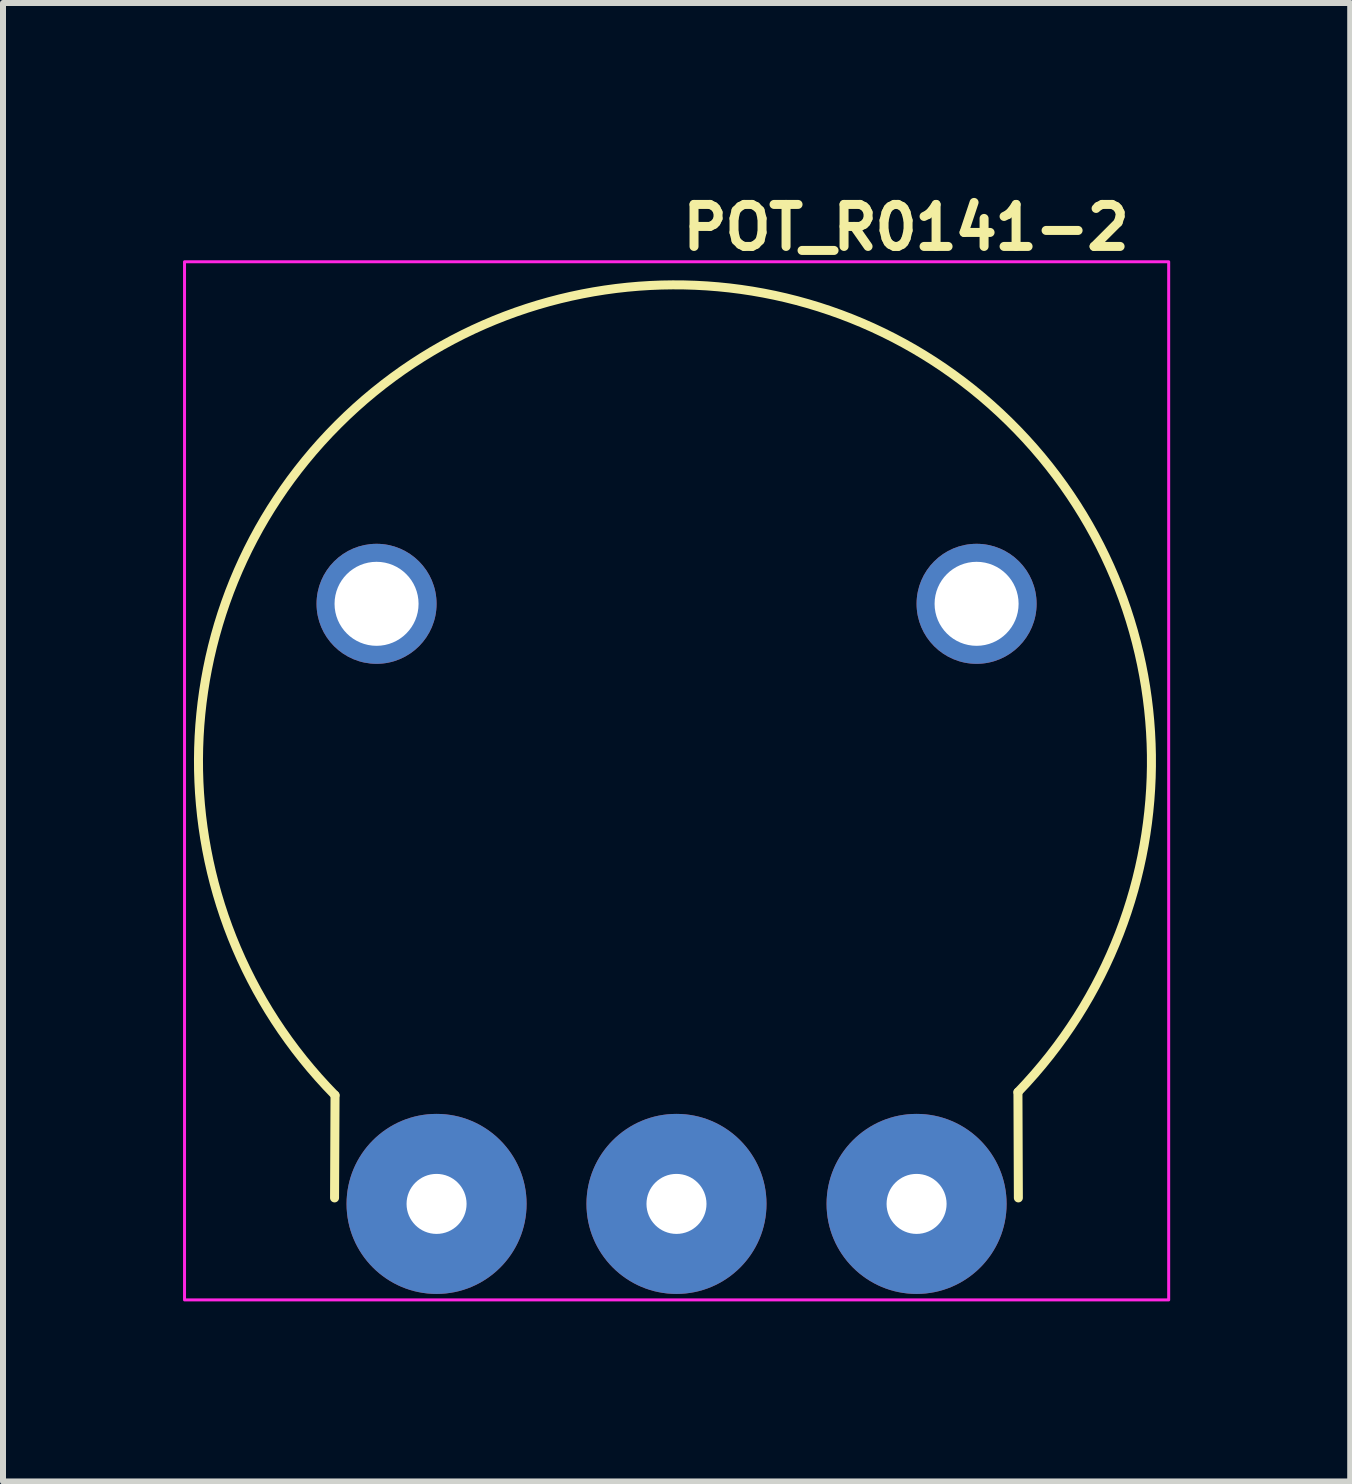
<source format=kicad_pcb>
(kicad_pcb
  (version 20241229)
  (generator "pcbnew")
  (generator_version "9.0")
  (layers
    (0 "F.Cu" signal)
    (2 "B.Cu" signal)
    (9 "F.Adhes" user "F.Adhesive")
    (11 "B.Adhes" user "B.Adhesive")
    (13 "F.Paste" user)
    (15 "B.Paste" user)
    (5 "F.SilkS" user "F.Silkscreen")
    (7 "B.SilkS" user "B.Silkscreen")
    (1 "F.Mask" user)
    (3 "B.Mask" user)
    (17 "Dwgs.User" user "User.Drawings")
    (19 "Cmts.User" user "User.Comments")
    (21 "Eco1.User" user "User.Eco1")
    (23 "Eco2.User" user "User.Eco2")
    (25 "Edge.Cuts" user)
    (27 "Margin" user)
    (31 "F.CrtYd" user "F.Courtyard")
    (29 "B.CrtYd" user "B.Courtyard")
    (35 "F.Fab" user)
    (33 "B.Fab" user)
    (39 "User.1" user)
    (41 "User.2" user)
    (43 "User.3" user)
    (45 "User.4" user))
  (footprint "POT_R0141-2"
    (layer "F.Cu")
    (at 4.225 17.012)
    (property "Reference" "POT_R0141-2" (at 4.025 -15.862 0) (unlocked yes) (layer "F.SilkS") (effects (font (size 0.7 0.7) (thickness 0.15)) (justify left bottom)))
    (attr through_hole)
    (fp_line (start -1.7 -0.1) (end -1.692 -1.811) (stroke (width 0.15) (type solid)) (layer "F.SilkS"))
    (fp_line (start 9.695 -0.1) (end 9.688 -1.863) (stroke (width 0.15) (type solid)) (layer "F.SilkS"))
    (fp_arc (start -1.692 -1.811) (mid 3.938 -15.315) (end 9.688 -1.863) (stroke (width 0.15) (type solid)) (layer "F.SilkS"))
    (fp_rect (start -4.2 -15.7) (end 12.2 1.6) (stroke (width 0.05) (type solid)) (fill no) (layer "F.CrtYd"))
    (fp_rect (start -4 -15.497) (end 11.999 0.496) (stroke (width 0.1) (type solid)) (fill no) (layer "User.5"))
    (fp_line (start -4 -7.54) (end -4 -7.508) (stroke (width 0.02) (type solid)) (layer "User.9"))
    (fp_line (start -4 -7.508) (end -4 -7.478) (stroke (width 0.02) (type solid)) (layer "User.9"))
    (fp_line (start -4 -7.478) (end -3.759 -7.223) (stroke (width 0.02) (type solid)) (layer "User.9"))
    (fp_line (start -3.984 -6.981) (end -3.981 -6.951) (stroke (width 0.02) (type solid)) (layer "User.9"))
    (fp_line (start -3.983 -8.035) (end -3.761 -7.766) (stroke (width 0.02) (type solid)) (layer "User.9"))
    (fp_line (start -3.981 -6.951) (end -3.98 -6.92) (stroke (width 0.02) (type solid)) (layer "User.9"))
    (fp_line (start -3.98 -8.067) (end -3.983 -8.035) (stroke (width 0.02) (type solid)) (layer "User.9"))
    (fp_line (start -3.98 -6.92) (end -3.722 -6.683) (stroke (width 0.02) (type solid)) (layer "User.9"))
    (fp_line (start -3.979 -8.097) (end -3.98 -8.067) (stroke (width 0.02) (type solid)) (layer "User.9"))
    (fp_line (start -3.928 -6.425) (end -3.924 -6.396) (stroke (width 0.02) (type solid)) (layer "User.9"))
    (fp_line (start -3.927 -8.591) (end -3.723 -8.305) (stroke (width 0.02) (type solid)) (layer "User.9"))
    (fp_line (start -3.924 -6.396) (end -3.919 -6.364) (stroke (width 0.02) (type solid)) (layer "User.9"))
    (fp_line (start -3.922 -8.622) (end -3.927 -8.591) (stroke (width 0.02) (type solid)) (layer "User.9"))
    (fp_line (start -3.919 -6.364) (end -3.645 -6.146) (stroke (width 0.02) (type solid)) (layer "User.9"))
    (fp_line (start -3.918 -8.653) (end -3.922 -8.622) (stroke (width 0.02) (type solid)) (layer "User.9"))
    (fp_line (start -3.834 -5.875) (end -3.827 -5.845) (stroke (width 0.02) (type solid)) (layer "User.9"))
    (fp_line (start -3.83 -9.141) (end -3.648 -8.843) (stroke (width 0.02) (type solid)) (layer "User.9"))
    (fp_line (start -3.827 -5.845) (end -3.822 -5.814) (stroke (width 0.02) (type solid)) (layer "User.9"))
    (fp_line (start -3.825 -9.171) (end -3.83 -9.141) (stroke (width 0.02) (type solid)) (layer "User.9"))
    (fp_line (start -3.822 -5.814) (end -3.532 -5.617) (stroke (width 0.02) (type solid)) (layer "User.9"))
    (fp_line (start -3.818 -9.202) (end -3.825 -9.171) (stroke (width 0.02) (type solid)) (layer "User.9"))
    (fp_line (start -3.761 -7.766) (end -4 -7.54) (stroke (width 0.02) (type solid)) (layer "User.9"))
    (fp_line (start -3.759 -7.223) (end -3.984 -6.981) (stroke (width 0.02) (type solid)) (layer "User.9"))
    (fp_line (start -3.723 -8.305) (end -3.979 -8.097) (stroke (width 0.02) (type solid)) (layer "User.9"))
    (fp_line (start -3.722 -6.683) (end -3.928 -6.425) (stroke (width 0.02) (type solid)) (layer "User.9"))
    (fp_line (start -3.701 -5.334) (end -3.693 -5.303) (stroke (width 0.02) (type solid)) (layer "User.9"))
    (fp_line (start -3.697 -9.683) (end -3.536 -9.372) (stroke (width 0.02) (type solid)) (layer "User.9"))
    (fp_line (start -3.693 -5.303) (end -3.685 -5.273) (stroke (width 0.02) (type solid)) (layer "User.9"))
    (fp_line (start -3.689 -9.714) (end -3.697 -9.683) (stroke (width 0.02) (type solid)) (layer "User.9"))
    (fp_line (start -3.685 -5.273) (end -3.383 -5.095) (stroke (width 0.02) (type solid)) (layer "User.9"))
    (fp_line (start -3.681 -9.744) (end -3.689 -9.714) (stroke (width 0.02) (type solid)) (layer "User.9"))
    (fp_line (start -3.648 -8.843) (end -3.918 -8.653) (stroke (width 0.02) (type solid)) (layer "User.9"))
    (fp_line (start -3.645 -6.146) (end -3.834 -5.875) (stroke (width 0.02) (type solid)) (layer "User.9"))
    (fp_line (start -3.536 -9.372) (end -3.818 -9.202) (stroke (width 0.02) (type solid)) (layer "User.9"))
    (fp_line (start -3.532 -5.617) (end -3.701 -5.334) (stroke (width 0.02) (type solid)) (layer "User.9"))
    (fp_line (start -3.532 -4.802) (end -3.521 -4.771) (stroke (width 0.02) (type solid)) (layer "User.9"))
    (fp_line (start -3.527 -10.215) (end -3.387 -9.894) (stroke (width 0.02) (type solid)) (layer "User.9"))
    (fp_line (start -3.521 -4.771) (end -3.511 -4.742) (stroke (width 0.02) (type solid)) (layer "User.9"))
    (fp_line (start -3.516 -10.244) (end -3.527 -10.215) (stroke (width 0.02) (type solid)) (layer "User.9"))
    (fp_line (start -3.511 -4.742) (end -3.197 -4.587) (stroke (width 0.02) (type solid)) (layer "User.9"))
    (fp_line (start -3.504 -10.273) (end -3.516 -10.244) (stroke (width 0.02) (type solid)) (layer "User.9"))
    (fp_line (start -3.387 -9.894) (end -3.681 -9.744) (stroke (width 0.02) (type solid)) (layer "User.9"))
    (fp_line (start -3.383 -5.095) (end -3.532 -4.802) (stroke (width 0.02) (type solid)) (layer "User.9"))
    (fp_line (start -3.326 -4.282) (end -3.313 -4.254) (stroke (width 0.02) (type solid)) (layer "User.9"))
    (fp_line (start -3.318 -10.734) (end -3.202 -10.404) (stroke (width 0.02) (type solid)) (layer "User.9"))
    (fp_line (start -3.313 -4.254) (end -3.299 -4.225) (stroke (width 0.02) (type solid)) (layer "User.9"))
    (fp_line (start -3.306 -10.762) (end -3.318 -10.734) (stroke (width 0.02) (type solid)) (layer "User.9"))
    (fp_line (start -3.299 -4.225) (end -2.976 -4.092) (stroke (width 0.02) (type solid)) (layer "User.9"))
    (fp_line (start -3.294 -10.791) (end -3.306 -10.762) (stroke (width 0.02) (type solid)) (layer "User.9"))
    (fp_line (start -3.202 -10.404) (end -3.504 -10.273) (stroke (width 0.02) (type solid)) (layer "User.9"))
    (fp_line (start -3.197 -4.587) (end -3.326 -4.282) (stroke (width 0.02) (type solid)) (layer "User.9"))
    (fp_line (start -3.082 -3.779) (end -3.068 -3.751) (stroke (width 0.02) (type solid)) (layer "User.9"))
    (fp_line (start -3.076 -11.235) (end -2.981 -10.898) (stroke (width 0.02) (type solid)) (layer "User.9"))
    (fp_line (start -3.068 -3.751) (end -3.053 -3.725) (stroke (width 0.02) (type solid)) (layer "User.9"))
    (fp_line (start -3.06 -11.263) (end -3.076 -11.235) (stroke (width 0.02) (type solid)) (layer "User.9"))
    (fp_line (start -3.053 -3.725) (end -2.722 -3.613) (stroke (width 0.02) (type solid)) (layer "User.9"))
    (fp_line (start -3.045 -11.291) (end -3.06 -11.263) (stroke (width 0.02) (type solid)) (layer "User.9"))
    (fp_line (start -2.981 -10.898) (end -3.294 -10.791) (stroke (width 0.02) (type solid)) (layer "User.9"))
    (fp_line (start -2.976 -4.092) (end -3.082 -3.779) (stroke (width 0.02) (type solid)) (layer "User.9"))
    (fp_line (start -2.806 -3.294) (end -2.79 -3.267) (stroke (width 0.02) (type solid)) (layer "User.9"))
    (fp_line (start -2.798 -11.721) (end -2.727 -11.378) (stroke (width 0.02) (type solid)) (layer "User.9"))
    (fp_line (start -2.79 -3.267) (end -2.774 -3.242) (stroke (width 0.02) (type solid)) (layer "User.9"))
    (fp_line (start -2.781 -11.747) (end -2.798 -11.721) (stroke (width 0.02) (type solid)) (layer "User.9"))
    (fp_line (start -2.774 -3.242) (end -2.435 -3.153) (stroke (width 0.02) (type solid)) (layer "User.9"))
    (fp_line (start -2.765 -11.772) (end -2.781 -11.747) (stroke (width 0.02) (type solid)) (layer "User.9"))
    (fp_line (start -2.727 -11.378) (end -3.045 -11.291) (stroke (width 0.02) (type solid)) (layer "User.9"))
    (fp_line (start -2.722 -3.613) (end -2.806 -3.294) (stroke (width 0.02) (type solid)) (layer "User.9"))
    (fp_line (start -2.496 -2.83) (end -2.477 -2.805) (stroke (width 0.02) (type solid)) (layer "User.9"))
    (fp_line (start -2.487 -12.185) (end -2.44 -11.837) (stroke (width 0.02) (type solid)) (layer "User.9"))
    (fp_line (start -2.477 -2.805) (end -2.46 -2.779) (stroke (width 0.02) (type solid)) (layer "User.9"))
    (fp_line (start -2.468 -12.209) (end -2.487 -12.185) (stroke (width 0.02) (type solid)) (layer "User.9"))
    (fp_line (start -2.46 -2.779) (end -2.116 -2.715) (stroke (width 0.02) (type solid)) (layer "User.9"))
    (fp_line (start -2.449 -12.234) (end -2.468 -12.209) (stroke (width 0.02) (type solid)) (layer "User.9"))
    (fp_line (start -2.44 -11.837) (end -2.765 -11.772) (stroke (width 0.02) (type solid)) (layer "User.9"))
    (fp_line (start -2.435 -3.153) (end -2.496 -2.83) (stroke (width 0.02) (type solid)) (layer "User.9"))
    (fp_line (start -2.25 -7.5) (end -2.25 -7.5) (stroke (width 0.02) (type solid)) (layer "User.9"))
    (fp_line (start -2.25 -7.5) (end -2.242 -7.178) (stroke (width 0.02) (type solid)) (layer "User.9"))
    (fp_line (start -2.242 -7.821) (end -2.25 -7.5) (stroke (width 0.02) (type solid)) (layer "User.9"))
    (fp_line (start -2.242 -7.178) (end -2.218 -6.861) (stroke (width 0.02) (type solid)) (layer "User.9"))
    (fp_line (start -2.218 -8.139) (end -2.242 -7.821) (stroke (width 0.02) (type solid)) (layer "User.9"))
    (fp_line (start -2.218 -6.861) (end -2.178 -6.548) (stroke (width 0.02) (type solid)) (layer "User.9"))
    (fp_line (start -2.178 -8.452) (end -2.218 -8.139) (stroke (width 0.02) (type solid)) (layer "User.9"))
    (fp_line (start -2.178 -6.548) (end -2.124 -6.241) (stroke (width 0.02) (type solid)) (layer "User.9"))
    (fp_line (start -2.154 -2.388) (end -2.134 -2.364) (stroke (width 0.02) (type solid)) (layer "User.9"))
    (fp_line (start -2.144 -12.625) (end -2.122 -12.276) (stroke (width 0.02) (type solid)) (layer "User.9"))
    (fp_line (start -2.134 -2.364) (end -2.114 -2.34) (stroke (width 0.02) (type solid)) (layer "User.9"))
    (fp_line (start -2.124 -12.648) (end -2.144 -12.625) (stroke (width 0.02) (type solid)) (layer "User.9"))
    (fp_line (start -2.124 -8.76) (end -2.178 -8.452) (stroke (width 0.02) (type solid)) (layer "User.9"))
    (fp_line (start -2.124 -6.241) (end -2.054 -5.938) (stroke (width 0.02) (type solid)) (layer "User.9"))
    (fp_line (start -2.122 -12.276) (end -2.449 -12.234) (stroke (width 0.02) (type solid)) (layer "User.9"))
    (fp_line (start -2.116 -2.715) (end -2.154 -2.388) (stroke (width 0.02) (type solid)) (layer "User.9"))
    (fp_line (start -2.114 -2.34) (end -1.766 -2.301) (stroke (width 0.02) (type solid)) (layer "User.9"))
    (fp_line (start -2.104 -12.673) (end -2.124 -12.648) (stroke (width 0.02) (type solid)) (layer "User.9"))
    (fp_line (start -2.054 -9.062) (end -2.124 -8.76) (stroke (width 0.02) (type solid)) (layer "User.9"))
    (fp_line (start -2.054 -5.938) (end -1.97 -5.641) (stroke (width 0.02) (type solid)) (layer "User.9"))
    (fp_line (start -1.97 -9.359) (end -2.054 -9.062) (stroke (width 0.02) (type solid)) (layer "User.9"))
    (fp_line (start -1.97 -5.641) (end -1.871 -5.351) (stroke (width 0.02) (type solid)) (layer "User.9"))
    (fp_line (start -1.871 -9.65) (end -1.97 -9.359) (stroke (width 0.02) (type solid)) (layer "User.9"))
    (fp_line (start -1.871 -5.351) (end -1.76 -5.068) (stroke (width 0.02) (type solid)) (layer "User.9"))
    (fp_line (start -1.782 -1.972) (end -1.762 -1.948) (stroke (width 0.02) (type solid)) (layer "User.9"))
    (fp_line (start -1.774 -12.69) (end -2.104 -12.673) (stroke (width 0.02) (type solid)) (layer "User.9"))
    (fp_line (start -1.772 -13.042) (end -1.774 -12.69) (stroke (width 0.02) (type solid)) (layer "User.9"))
    (fp_line (start -1.766 -2.301) (end -1.782 -1.972) (stroke (width 0.02) (type solid)) (layer "User.9"))
    (fp_line (start -1.762 -1.948) (end -1.74 -1.926) (stroke (width 0.02) (type solid)) (layer "User.9"))
    (fp_line (start -1.76 -9.933) (end -1.871 -9.65) (stroke (width 0.02) (type solid)) (layer "User.9"))
    (fp_line (start -1.76 -5.068) (end -1.635 -4.79) (stroke (width 0.02) (type solid)) (layer "User.9"))
    (fp_line (start -1.75 -13.064) (end -1.772 -13.042) (stroke (width 0.02) (type solid)) (layer "User.9"))
    (fp_line (start -1.74 -1.926) (end -1.389 -1.911) (stroke (width 0.02) (type solid)) (layer "User.9"))
    (fp_line (start -1.728 -13.086) (end -1.75 -13.064) (stroke (width 0.02) (type solid)) (layer "User.9"))
    (fp_line (start -1.635 -10.209) (end -1.76 -9.933) (stroke (width 0.02) (type solid)) (layer "User.9"))
    (fp_line (start -1.635 -4.79) (end -1.496 -4.521) (stroke (width 0.02) (type solid)) (layer "User.9"))
    (fp_line (start -1.496 -10.48) (end -1.635 -10.209) (stroke (width 0.02) (type solid)) (layer "User.9"))
    (fp_line (start -1.496 -4.521) (end -1.347 -4.26) (stroke (width 0.02) (type solid)) (layer "User.9"))
    (fp_line (start -1.399 -13.081) (end -1.728 -13.086) (stroke (width 0.02) (type solid)) (layer "User.9"))
    (fp_line (start -1.389 -1.911) (end -1.383 -1.581) (stroke (width 0.02) (type solid)) (layer "User.9"))
    (fp_line (start -1.383 -1.581) (end -1.361 -1.561) (stroke (width 0.02) (type solid)) (layer "User.9"))
    (fp_line (start -1.371 -13.43) (end -1.399 -13.081) (stroke (width 0.02) (type solid)) (layer "User.9"))
    (fp_line (start -1.361 -1.561) (end -1.337 -1.539) (stroke (width 0.02) (type solid)) (layer "User.9"))
    (fp_line (start -1.347 -13.451) (end -1.371 -13.43) (stroke (width 0.02) (type solid)) (layer "User.9"))
    (fp_line (start -1.347 -10.741) (end -1.496 -10.48) (stroke (width 0.02) (type solid)) (layer "User.9"))
    (fp_line (start -1.347 -4.26) (end -1.184 -4.005) (stroke (width 0.02) (type solid)) (layer "User.9"))
    (fp_line (start -1.337 -1.539) (end -0.986 -1.549) (stroke (width 0.02) (type solid)) (layer "User.9"))
    (fp_line (start -1.325 -13.471) (end -1.347 -13.451) (stroke (width 0.02) (type solid)) (layer "User.9"))
    (fp_line (start -1.184 -10.994) (end -1.347 -10.741) (stroke (width 0.02) (type solid)) (layer "User.9"))
    (fp_line (start -1.184 -4.005) (end -1.01 -3.761) (stroke (width 0.02) (type solid)) (layer "User.9"))
    (fp_line (start -1.01 -11.24) (end -1.184 -10.994) (stroke (width 0.02) (type solid)) (layer "User.9"))
    (fp_line (start -1.01 -3.761) (end -0.824 -3.524) (stroke (width 0.02) (type solid)) (layer "User.9"))
    (fp_line (start -1 -1.549) (end -1 0) (stroke (width 0.02) (type solid)) (layer "User.9"))
    (fp_line (start -1 0) (end 1.445 0) (stroke (width 0.02) (type solid)) (layer "User.9"))
    (fp_line (start -0.996 -13.445) (end -1.325 -13.471) (stroke (width 0.02) (type solid)) (layer "User.9"))
    (fp_line (start -0.986 -1.549) (end -0.958 -1.22) (stroke (width 0.02) (type solid)) (layer "User.9"))
    (fp_line (start -0.958 -1.22) (end -0.933 -1.202) (stroke (width 0.02) (type solid)) (layer "User.9"))
    (fp_line (start -0.945 -13.791) (end -0.996 -13.445) (stroke (width 0.02) (type solid)) (layer "User.9"))
    (fp_line (start -0.933 -1.202) (end -0.909 -1.182) (stroke (width 0.02) (type solid)) (layer "User.9"))
    (fp_line (start -0.92 -13.81) (end -0.945 -13.791) (stroke (width 0.02) (type solid)) (layer "User.9"))
    (fp_line (start -0.909 -1.182) (end -0.56 -1.216) (stroke (width 0.02) (type solid)) (layer "User.9"))
    (fp_line (start -0.895 -13.828) (end -0.92 -13.81) (stroke (width 0.02) (type solid)) (layer "User.9"))
    (fp_line (start -0.824 -11.475) (end -1.01 -11.24) (stroke (width 0.02) (type solid)) (layer "User.9"))
    (fp_line (start -0.824 -3.524) (end -0.627 -3.298) (stroke (width 0.02) (type solid)) (layer "User.9"))
    (fp_line (start -0.627 -11.702) (end -0.824 -11.475) (stroke (width 0.02) (type solid)) (layer "User.9"))
    (fp_line (start -0.627 -3.298) (end -0.42 -3.081) (stroke (width 0.02) (type solid)) (layer "User.9"))
    (fp_line (start -0.57 -13.778) (end -0.895 -13.828) (stroke (width 0.02) (type solid)) (layer "User.9"))
    (fp_line (start -0.56 -1.216) (end -0.507 -0.89) (stroke (width 0.02) (type solid)) (layer "User.9"))
    (fp_line (start -0.519 0) (end -0.519 0.1) (stroke (width 0.02) (type solid)) (layer "User.9"))
    (fp_line (start -0.519 0.1) (end -0.519 0.119) (stroke (width 0.02) (type solid)) (layer "User.9"))
    (fp_line (start -0.519 0.119) (end -0.517 0.14) (stroke (width 0.02) (type solid)) (layer "User.9"))
    (fp_line (start -0.517 0.14) (end -0.515 0.158) (stroke (width 0.02) (type solid)) (layer "User.9"))
    (fp_line (start -0.515 0.158) (end -0.511 0.176) (stroke (width 0.02) (type solid)) (layer "User.9"))
    (fp_line (start -0.511 0.176) (end -0.506 0.195) (stroke (width 0.02) (type solid)) (layer "User.9"))
    (fp_line (start -0.507 -0.89) (end -0.481 -0.872) (stroke (width 0.02) (type solid)) (layer "User.9"))
    (fp_line (start -0.506 0.195) (end -0.501 0.21) (stroke (width 0.02) (type solid)) (layer "User.9"))
    (fp_line (start -0.501 0.21) (end -0.495 0.227) (stroke (width 0.02) (type solid)) (layer "User.9"))
    (fp_line (start -0.495 0.227) (end -0.489 0.24) (stroke (width 0.02) (type solid)) (layer "User.9"))
    (fp_line (start -0.493 -14.119) (end -0.57 -13.778) (stroke (width 0.02) (type solid)) (layer "User.9"))
    (fp_line (start -0.489 0.24) (end -0.481 0.253) (stroke (width 0.02) (type solid)) (layer "User.9"))
    (fp_line (start -0.481 -0.872) (end -0.456 -0.855) (stroke (width 0.02) (type solid)) (layer "User.9"))
    (fp_line (start -0.481 0.253) (end -0.475 0.266) (stroke (width 0.02) (type solid)) (layer "User.9"))
    (fp_line (start -0.475 0.266) (end -0.466 0.276) (stroke (width 0.02) (type solid)) (layer "User.9"))
    (fp_line (start -0.468 -14.138) (end -0.493 -14.119) (stroke (width 0.02) (type solid)) (layer "User.9"))
    (fp_line (start -0.466 0.276) (end -0.458 0.285) (stroke (width 0.02) (type solid)) (layer "User.9"))
    (fp_line (start -0.458 0.285) (end -0.453 0.288) (stroke (width 0.02) (type solid)) (layer "User.9"))
    (fp_line (start -0.456 -0.855) (end -0.11 -0.913) (stroke (width 0.02) (type solid)) (layer "User.9"))
    (fp_line (start -0.453 0.288) (end -0.447 0.291) (stroke (width 0.02) (type solid)) (layer "User.9"))
    (fp_line (start -0.447 0.291) (end -0.443 0.294) (stroke (width 0.02) (type solid)) (layer "User.9"))
    (fp_line (start -0.443 0.294) (end -0.438 0.296) (stroke (width 0.02) (type solid)) (layer "User.9"))
    (fp_line (start -0.441 -14.154) (end -0.468 -14.138) (stroke (width 0.02) (type solid)) (layer "User.9"))
    (fp_line (start -0.438 0.296) (end -0.433 0.297) (stroke (width 0.02) (type solid)) (layer "User.9"))
    (fp_line (start -0.433 0.297) (end -0.428 0.299) (stroke (width 0.02) (type solid)) (layer "User.9"))
    (fp_line (start -0.428 0.299) (end -0.423 0.299) (stroke (width 0.02) (type solid)) (layer "User.9"))
    (fp_line (start -0.423 0.299) (end -0.418 0.299) (stroke (width 0.02) (type solid)) (layer "User.9"))
    (fp_line (start -0.42 -11.92) (end -0.627 -11.702) (stroke (width 0.02) (type solid)) (layer "User.9"))
    (fp_line (start -0.42 -3.081) (end -0.204 -2.874) (stroke (width 0.02) (type solid)) (layer "User.9"))
    (fp_line (start -0.418 0.299) (end 0.512 0.299) (stroke (width 0.02) (type solid)) (layer "User.9"))
    (fp_line (start -0.204 -12.126) (end -0.42 -11.92) (stroke (width 0.02) (type solid)) (layer "User.9"))
    (fp_line (start -0.204 -2.874) (end 0.024 -2.677) (stroke (width 0.02) (type solid)) (layer "User.9"))
    (fp_line (start -0.12 -14.081) (end -0.441 -14.154) (stroke (width 0.02) (type solid)) (layer "User.9"))
    (fp_line (start -0.11 -0.913) (end -0.036 -0.591) (stroke (width 0.02) (type solid)) (layer "User.9"))
    (fp_line (start -0.036 -0.591) (end -0.008 -0.577) (stroke (width 0.02) (type solid)) (layer "User.9"))
    (fp_line (start -0.02 -14.417) (end -0.12 -14.081) (stroke (width 0.02) (type solid)) (layer "User.9"))
    (fp_line (start -0.008 -0.577) (end 0.018 -0.561) (stroke (width 0.02) (type solid)) (layer "User.9"))
    (fp_line (start 0.007 -14.433) (end -0.02 -14.417) (stroke (width 0.02) (type solid)) (layer "User.9"))
    (fp_line (start 0.018 -0.561) (end 0.359 -0.643) (stroke (width 0.02) (type solid)) (layer "User.9"))
    (fp_line (start 0.024 -12.324) (end -0.204 -12.126) (stroke (width 0.02) (type solid)) (layer "User.9"))
    (fp_line (start 0.024 -2.677) (end 0.26 -2.492) (stroke (width 0.02) (type solid)) (layer "User.9"))
    (fp_line (start 0.034 -14.449) (end 0.007 -14.433) (stroke (width 0.02) (type solid)) (layer "User.9"))
    (fp_line (start 0.26 -12.509) (end 0.024 -12.324) (stroke (width 0.02) (type solid)) (layer "User.9"))
    (fp_line (start 0.26 -2.492) (end 0.504 -2.318) (stroke (width 0.02) (type solid)) (layer "User.9"))
    (fp_line (start 0.344 0.299) (end -0.25 0.299) (stroke (width 0.02) (type solid)) (layer "User.9"))
    (fp_line (start 0.349 -14.353) (end 0.034 -14.449) (stroke (width 0.02) (type solid)) (layer "User.9"))
    (fp_line (start 0.35 0.299) (end 0.344 0.299) (stroke (width 0.02) (type solid)) (layer "User.9"))
    (fp_line (start 0.359 -0.643) (end 0.457 -0.328) (stroke (width 0.02) (type solid)) (layer "User.9"))
    (fp_line (start 0.457 -0.328) (end 0.484 -0.313) (stroke (width 0.02) (type solid)) (layer "User.9"))
    (fp_line (start 0.472 -14.68) (end 0.349 -14.353) (stroke (width 0.02) (type solid)) (layer "User.9"))
    (fp_line (start 0.484 -0.313) (end 0.513 -0.299) (stroke (width 0.02) (type solid)) (layer "User.9"))
    (fp_line (start 0.499 -14.695) (end 0.472 -14.68) (stroke (width 0.02) (type solid)) (layer "User.9"))
    (fp_line (start 0.504 -12.683) (end 0.26 -12.509) (stroke (width 0.02) (type solid)) (layer "User.9"))
    (fp_line (start 0.504 -2.318) (end 0.758 -2.156) (stroke (width 0.02) (type solid)) (layer "User.9"))
    (fp_line (start 0.512 0.299) (end 0.517 0.299) (stroke (width 0.02) (type solid)) (layer "User.9"))
    (fp_line (start 0.513 -0.299) (end 0.846 -0.405) (stroke (width 0.02) (type solid)) (layer "User.9"))
    (fp_line (start 0.517 0.299) (end 0.522 0.299) (stroke (width 0.02) (type solid)) (layer "User.9"))
    (fp_line (start 0.522 0.299) (end 0.527 0.297) (stroke (width 0.02) (type solid)) (layer "User.9"))
    (fp_line (start 0.527 0.297) (end 0.532 0.296) (stroke (width 0.02) (type solid)) (layer "User.9"))
    (fp_line (start 0.528 -14.708) (end 0.499 -14.695) (stroke (width 0.02) (type solid)) (layer "User.9"))
    (fp_line (start 0.532 0.296) (end 0.536 0.294) (stroke (width 0.02) (type solid)) (layer "User.9"))
    (fp_line (start 0.536 0.294) (end 0.541 0.291) (stroke (width 0.02) (type solid)) (layer "User.9"))
    (fp_line (start 0.541 0.291) (end 0.546 0.288) (stroke (width 0.02) (type solid)) (layer "User.9"))
    (fp_line (start 0.546 0.288) (end 0.55 0.285) (stroke (width 0.02) (type solid)) (layer "User.9"))
    (fp_line (start 0.55 0.285) (end 0.555 0.281) (stroke (width 0.02) (type solid)) (layer "User.9"))
    (fp_line (start 0.555 0.281) (end 0.559 0.276) (stroke (width 0.02) (type solid)) (layer "User.9"))
    (fp_line (start 0.559 0.276) (end 0.563 0.272) (stroke (width 0.02) (type solid)) (layer "User.9"))
    (fp_line (start 0.563 0.272) (end 0.567 0.266) (stroke (width 0.02) (type solid)) (layer "User.9"))
    (fp_line (start 0.567 0.266) (end 0.571 0.26) (stroke (width 0.02) (type solid)) (layer "User.9"))
    (fp_line (start 0.571 0.26) (end 0.575 0.253) (stroke (width 0.02) (type solid)) (layer "User.9"))
    (fp_line (start 0.575 0.253) (end 0.578 0.247) (stroke (width 0.02) (type solid)) (layer "User.9"))
    (fp_line (start 0.578 0.247) (end 0.581 0.24) (stroke (width 0.02) (type solid)) (layer "User.9"))
    (fp_line (start 0.581 0.24) (end 0.585 0.234) (stroke (width 0.02) (type solid)) (layer "User.9"))
    (fp_line (start 0.585 0.234) (end 0.588 0.227) (stroke (width 0.02) (type solid)) (layer "User.9"))
    (fp_line (start 0.588 0.227) (end 0.591 0.218) (stroke (width 0.02) (type solid)) (layer "User.9"))
    (fp_line (start 0.591 0.218) (end 0.594 0.21) (stroke (width 0.02) (type solid)) (layer "User.9"))
    (fp_line (start 0.594 0.21) (end 0.596 0.203) (stroke (width 0.02) (type solid)) (layer "User.9"))
    (fp_line (start 0.596 0.203) (end 0.599 0.195) (stroke (width 0.02) (type solid)) (layer "User.9"))
    (fp_line (start 0.599 0.195) (end 0.601 0.185) (stroke (width 0.02) (type solid)) (layer "User.9"))
    (fp_line (start 0.601 0.185) (end 0.603 0.176) (stroke (width 0.02) (type solid)) (layer "User.9"))
    (fp_line (start 0.603 0.176) (end 0.605 0.168) (stroke (width 0.02) (type solid)) (layer "User.9"))
    (fp_line (start 0.605 0.168) (end 0.607 0.158) (stroke (width 0.02) (type solid)) (layer "User.9"))
    (fp_line (start 0.607 0.158) (end 0.608 0.148) (stroke (width 0.02) (type solid)) (layer "User.9"))
    (fp_line (start 0.608 0.148) (end 0.609 0.14) (stroke (width 0.02) (type solid)) (layer "User.9"))
    (fp_line (start 0.609 0.14) (end 0.61 0.13) (stroke (width 0.02) (type solid)) (layer "User.9"))
    (fp_line (start 0.61 0.13) (end 0.611 0.119) (stroke (width 0.02) (type solid)) (layer "User.9"))
    (fp_line (start 0.611 0) (end 0.611 0.1) (stroke (width 0.02) (type solid)) (layer "User.9"))
    (fp_line (start 0.611 0.109) (end 0.611 0.1) (stroke (width 0.02) (type solid)) (layer "User.9"))
    (fp_line (start 0.611 0.119) (end 0.611 0.109) (stroke (width 0.02) (type solid)) (layer "User.9"))
    (fp_line (start 0.758 -12.846) (end 0.504 -12.683) (stroke (width 0.02) (type solid)) (layer "User.9"))
    (fp_line (start 0.758 -2.156) (end 1.019 -2.004) (stroke (width 0.02) (type solid)) (layer "User.9"))
    (fp_line (start 0.835 -14.59) (end 0.528 -14.708) (stroke (width 0.02) (type solid)) (layer "User.9"))
    (fp_line (start 0.846 -0.405) (end 0.965 -0.098) (stroke (width 0.02) (type solid)) (layer "User.9"))
    (fp_line (start 0.965 -0.098) (end 0.994 -0.086) (stroke (width 0.02) (type solid)) (layer "User.9"))
    (fp_line (start 0.981 -14.91) (end 0.835 -14.59) (stroke (width 0.02) (type solid)) (layer "User.9"))
    (fp_line (start 0.994 -0.086) (end 1.024 -0.074) (stroke (width 0.02) (type solid)) (layer "User.9"))
    (fp_line (start 1.009 -14.92) (end 0.981 -14.91) (stroke (width 0.02) (type solid)) (layer "User.9"))
    (fp_line (start 1.019 -12.996) (end 0.758 -12.846) (stroke (width 0.02) (type solid)) (layer "User.9"))
    (fp_line (start 1.019 -2.004) (end 1.29 -1.867) (stroke (width 0.02) (type solid)) (layer "User.9"))
    (fp_line (start 1.024 -0.074) (end 1.35 -0.203) (stroke (width 0.02) (type solid)) (layer "User.9"))
    (fp_line (start 1.038 -14.933) (end 1.009 -14.92) (stroke (width 0.02) (type solid)) (layer "User.9"))
    (fp_line (start 1.29 -13.134) (end 1.019 -12.996) (stroke (width 0.02) (type solid)) (layer "User.9"))
    (fp_line (start 1.29 -1.867) (end 1.566 -1.742) (stroke (width 0.02) (type solid)) (layer "User.9"))
    (fp_line (start 1.338 -14.794) (end 1.038 -14.933) (stroke (width 0.02) (type solid)) (layer "User.9"))
    (fp_line (start 1.35 -0.203) (end 1.445 0) (stroke (width 0.02) (type solid)) (layer "User.9"))
    (fp_line (start 1.445 0) (end 1.792 0) (stroke (width 0.02) (type solid)) (layer "User.9"))
    (fp_line (start 1.505 -15.102) (end 1.338 -14.794) (stroke (width 0.02) (type solid)) (layer "User.9"))
    (fp_line (start 1.535 -15.112) (end 1.505 -15.102) (stroke (width 0.02) (type solid)) (layer "User.9"))
    (fp_line (start 1.564 -15.121) (end 1.535 -15.112) (stroke (width 0.02) (type solid)) (layer "User.9"))
    (fp_line (start 1.566 -13.26) (end 1.29 -13.134) (stroke (width 0.02) (type solid)) (layer "User.9"))
    (fp_line (start 1.566 -1.742) (end 1.85 -1.629) (stroke (width 0.02) (type solid)) (layer "User.9"))
    (fp_line (start 1.792 0) (end 1.864 -0.036) (stroke (width 0.02) (type solid)) (layer "User.9"))
    (fp_line (start 1.792 0) (end 1.884 0) (stroke (width 0.02) (type solid)) (layer "User.9"))
    (fp_line (start 1.85 -13.371) (end 1.566 -13.26) (stroke (width 0.02) (type solid)) (layer "User.9"))
    (fp_line (start 1.85 -1.629) (end 2.14 -1.532) (stroke (width 0.02) (type solid)) (layer "User.9"))
    (fp_line (start 1.854 -14.961) (end 1.564 -15.121) (stroke (width 0.02) (type solid)) (layer "User.9"))
    (fp_line (start 1.864 -0.036) (end 2.026 0.252) (stroke (width 0.02) (type solid)) (layer "User.9"))
    (fp_line (start 2.026 0.252) (end 2.056 0.261) (stroke (width 0.02) (type solid)) (layer "User.9"))
    (fp_line (start 2.042 -15.257) (end 1.854 -14.961) (stroke (width 0.02) (type solid)) (layer "User.9"))
    (fp_line (start 2.056 0.261) (end 2.085 0.268) (stroke (width 0.02) (type solid)) (layer "User.9"))
    (fp_line (start 2.072 -15.265) (end 2.042 -15.257) (stroke (width 0.02) (type solid)) (layer "User.9"))
    (fp_line (start 2.085 0.268) (end 2.39 0.096) (stroke (width 0.02) (type solid)) (layer "User.9"))
    (fp_line (start 2.103 -15.272) (end 2.072 -15.265) (stroke (width 0.02) (type solid)) (layer "User.9"))
    (fp_line (start 2.14 -13.469) (end 1.85 -13.371) (stroke (width 0.02) (type solid)) (layer "User.9"))
    (fp_line (start 2.14 -1.532) (end 2.438 -1.446) (stroke (width 0.02) (type solid)) (layer "User.9"))
    (fp_line (start 2.379 -15.093) (end 2.103 -15.272) (stroke (width 0.02) (type solid)) (layer "User.9"))
    (fp_line (start 2.39 0.096) (end 2.572 0.371) (stroke (width 0.02) (type solid)) (layer "User.9"))
    (fp_line (start 2.438 -13.554) (end 2.14 -13.469) (stroke (width 0.02) (type solid)) (layer "User.9"))
    (fp_line (start 2.438 -1.446) (end 2.74 -1.377) (stroke (width 0.02) (type solid)) (layer "User.9"))
    (fp_line (start 2.572 0.371) (end 2.601 0.376) (stroke (width 0.02) (type solid)) (layer "User.9"))
    (fp_line (start 2.588 -15.375) (end 2.379 -15.093) (stroke (width 0.02) (type solid)) (layer "User.9"))
    (fp_line (start 2.601 0.376) (end 2.632 0.382) (stroke (width 0.02) (type solid)) (layer "User.9"))
    (fp_line (start 2.619 -15.381) (end 2.588 -15.375) (stroke (width 0.02) (type solid)) (layer "User.9"))
    (fp_line (start 2.632 0.382) (end 2.925 0.189) (stroke (width 0.02) (type solid)) (layer "User.9"))
    (fp_line (start 2.648 -15.385) (end 2.619 -15.381) (stroke (width 0.02) (type solid)) (layer "User.9"))
    (fp_line (start 2.74 -13.624) (end 2.438 -13.554) (stroke (width 0.02) (type solid)) (layer "User.9"))
    (fp_line (start 2.74 -1.377) (end 3.047 -1.323) (stroke (width 0.02) (type solid)) (layer "User.9"))
    (fp_line (start 2.913 -15.188) (end 2.648 -15.385) (stroke (width 0.02) (type solid)) (layer "User.9"))
    (fp_line (start 2.925 0.189) (end 3.124 0.452) (stroke (width 0.02) (type solid)) (layer "User.9"))
    (fp_line (start 3.047 -13.679) (end 2.74 -13.624) (stroke (width 0.02) (type solid)) (layer "User.9"))
    (fp_line (start 3.047 -1.323) (end 3.361 -1.283) (stroke (width 0.02) (type solid)) (layer "User.9"))
    (fp_line (start 3.124 0.452) (end 3.155 0.456) (stroke (width 0.02) (type solid)) (layer "User.9"))
    (fp_line (start 3.14 -15.454) (end 2.913 -15.188) (stroke (width 0.02) (type solid)) (layer "User.9"))
    (fp_line (start 3.155 0.456) (end 3.185 0.459) (stroke (width 0.02) (type solid)) (layer "User.9"))
    (fp_line (start 3.172 -15.458) (end 3.14 -15.454) (stroke (width 0.02) (type solid)) (layer "User.9"))
    (fp_line (start 3.185 0.459) (end 3.463 0.245) (stroke (width 0.02) (type solid)) (layer "User.9"))
    (fp_line (start 3.202 -15.461) (end 3.172 -15.458) (stroke (width 0.02) (type solid)) (layer "User.9"))
    (fp_line (start 3.361 -13.718) (end 3.047 -13.679) (stroke (width 0.02) (type solid)) (layer "User.9"))
    (fp_line (start 3.361 -1.283) (end 3.677 -1.258) (stroke (width 0.02) (type solid)) (layer "User.9"))
    (fp_line (start 3.451 -15.244) (end 3.202 -15.461) (stroke (width 0.02) (type solid)) (layer "User.9"))
    (fp_line (start 3.463 0.245) (end 3.68 0.493) (stroke (width 0.02) (type solid)) (layer "User.9"))
    (fp_line (start 3.677 -13.743) (end 3.361 -13.718) (stroke (width 0.02) (type solid)) (layer "User.9"))
    (fp_line (start 3.677 -1.258) (end 3.999 -1.25) (stroke (width 0.02) (type solid)) (layer "User.9"))
    (fp_line (start 3.68 0.493) (end 3.712 0.494) (stroke (width 0.02) (type solid)) (layer "User.9"))
    (fp_line (start 3.697 -15.494) (end 3.451 -15.244) (stroke (width 0.02) (type solid)) (layer "User.9"))
    (fp_line (start 3.712 0.494) (end 3.742 0.495) (stroke (width 0.02) (type solid)) (layer "User.9"))
    (fp_line (start 3.729 -15.496) (end 3.697 -15.494) (stroke (width 0.02) (type solid)) (layer "User.9"))
    (fp_line (start 3.742 0.495) (end 4.006 0.264) (stroke (width 0.02) (type solid)) (layer "User.9"))
    (fp_line (start 3.76 -15.497) (end 3.729 -15.496) (stroke (width 0.02) (type solid)) (layer "User.9"))
    (fp_line (start 3.965 0.299) (end 4.041 0.299) (stroke (width 0.02) (type solid)) (layer "User.9"))
    (fp_line (start 3.994 -15.265) (end 3.76 -15.497) (stroke (width 0.02) (type solid)) (layer "User.9"))
    (fp_line (start 3.999 -13.75) (end 3.677 -13.743) (stroke (width 0.02) (type solid)) (layer "User.9"))
    (fp_line (start 3.999 -13.75) (end 3.999 -13.75) (stroke (width 0.02) (type solid)) (layer "User.9"))
    (fp_line (start 3.999 -1.25) (end 3.999 -1.25) (stroke (width 0.02) (type solid)) (layer "User.9"))
    (fp_line (start 3.999 -1.25) (end 4.32 -1.258) (stroke (width 0.02) (type solid)) (layer "User.9"))
    (fp_line (start 4.006 0.264) (end 4.238 0.496) (stroke (width 0.02) (type solid)) (layer "User.9"))
    (fp_line (start 4.041 0.299) (end 3.965 0.299) (stroke (width 0.02) (type solid)) (layer "User.9"))
    (fp_line (start 4.238 0.496) (end 4.27 0.495) (stroke (width 0.02) (type solid)) (layer "User.9"))
    (fp_line (start 4.256 -15.497) (end 3.994 -15.265) (stroke (width 0.02) (type solid)) (layer "User.9"))
    (fp_line (start 4.27 0.495) (end 4.302 0.494) (stroke (width 0.02) (type solid)) (layer "User.9"))
    (fp_line (start 4.286 -15.496) (end 4.256 -15.497) (stroke (width 0.02) (type solid)) (layer "User.9"))
    (fp_line (start 4.302 0.494) (end 4.546 0.244) (stroke (width 0.02) (type solid)) (layer "User.9"))
    (fp_line (start 4.318 -15.494) (end 4.286 -15.496) (stroke (width 0.02) (type solid)) (layer "User.9"))
    (fp_line (start 4.32 -13.743) (end 3.999 -13.75) (stroke (width 0.02) (type solid)) (layer "User.9"))
    (fp_line (start 4.32 -1.258) (end 4.639 -1.283) (stroke (width 0.02) (type solid)) (layer "User.9"))
    (fp_line (start 4.535 -15.246) (end 4.318 -15.494) (stroke (width 0.02) (type solid)) (layer "User.9"))
    (fp_line (start 4.546 0.244) (end 4.796 0.461) (stroke (width 0.02) (type solid)) (layer "User.9"))
    (fp_line (start 4.639 -13.718) (end 4.32 -13.743) (stroke (width 0.02) (type solid)) (layer "User.9"))
    (fp_line (start 4.639 -1.283) (end 4.951 -1.323) (stroke (width 0.02) (type solid)) (layer "User.9"))
    (fp_line (start 4.796 0.461) (end 4.828 0.457) (stroke (width 0.02) (type solid)) (layer "User.9"))
    (fp_line (start 4.812 -15.458) (end 4.535 -15.246) (stroke (width 0.02) (type solid)) (layer "User.9"))
    (fp_line (start 4.828 0.457) (end 4.858 0.454) (stroke (width 0.02) (type solid)) (layer "User.9"))
    (fp_line (start 4.844 -15.455) (end 4.812 -15.458) (stroke (width 0.02) (type solid)) (layer "User.9"))
    (fp_line (start 4.858 0.454) (end 5.086 0.187) (stroke (width 0.02) (type solid)) (layer "User.9"))
    (fp_line (start 4.874 -15.452) (end 4.844 -15.455) (stroke (width 0.02) (type solid)) (layer "User.9"))
    (fp_line (start 4.951 -13.679) (end 4.639 -13.718) (stroke (width 0.02) (type solid)) (layer "User.9"))
    (fp_line (start 4.951 -1.323) (end 5.259 -1.377) (stroke (width 0.02) (type solid)) (layer "User.9"))
    (fp_line (start 5.073 -15.189) (end 4.874 -15.452) (stroke (width 0.02) (type solid)) (layer "User.9"))
    (fp_line (start 5.086 0.187) (end 5.35 0.386) (stroke (width 0.02) (type solid)) (layer "User.9"))
    (fp_line (start 5.259 -13.624) (end 4.951 -13.679) (stroke (width 0.02) (type solid)) (layer "User.9"))
    (fp_line (start 5.259 -1.377) (end 5.562 -1.446) (stroke (width 0.02) (type solid)) (layer "User.9"))
    (fp_line (start 5.35 0.386) (end 5.381 0.379) (stroke (width 0.02) (type solid)) (layer "User.9"))
    (fp_line (start 5.366 -15.382) (end 5.073 -15.189) (stroke (width 0.02) (type solid)) (layer "User.9"))
    (fp_line (start 5.381 0.379) (end 5.411 0.374) (stroke (width 0.02) (type solid)) (layer "User.9"))
    (fp_line (start 5.397 -15.378) (end 5.366 -15.382) (stroke (width 0.02) (type solid)) (layer "User.9"))
    (fp_line (start 5.411 0.374) (end 5.619 0.092) (stroke (width 0.02) (type solid)) (layer "User.9"))
    (fp_line (start 5.427 -15.372) (end 5.397 -15.378) (stroke (width 0.02) (type solid)) (layer "User.9"))
    (fp_line (start 5.562 -13.554) (end 5.259 -13.624) (stroke (width 0.02) (type solid)) (layer "User.9"))
    (fp_line (start 5.562 -1.446) (end 5.858 -1.532) (stroke (width 0.02) (type solid)) (layer "User.9"))
    (fp_line (start 5.608 -15.096) (end 5.427 -15.372) (stroke (width 0.02) (type solid)) (layer "User.9"))
    (fp_line (start 5.619 0.092) (end 5.897 0.272) (stroke (width 0.02) (type solid)) (layer "User.9"))
    (fp_line (start 5.858 -13.469) (end 5.562 -13.554) (stroke (width 0.02) (type solid)) (layer "User.9"))
    (fp_line (start 5.858 -1.532) (end 6.148 -1.629) (stroke (width 0.02) (type solid)) (layer "User.9"))
    (fp_line (start 5.897 0.272) (end 5.927 0.265) (stroke (width 0.02) (type solid)) (layer "User.9"))
    (fp_line (start 5.913 -15.269) (end 5.608 -15.096) (stroke (width 0.02) (type solid)) (layer "User.9"))
    (fp_line (start 5.927 0.265) (end 5.956 0.257) (stroke (width 0.02) (type solid)) (layer "User.9"))
    (fp_line (start 5.943 -15.26) (end 5.913 -15.269) (stroke (width 0.02) (type solid)) (layer "User.9"))
    (fp_line (start 5.956 0.257) (end 6.145 -0.038) (stroke (width 0.02) (type solid)) (layer "User.9"))
    (fp_line (start 5.972 -15.253) (end 5.943 -15.26) (stroke (width 0.02) (type solid)) (layer "User.9"))
    (fp_line (start 6.121 0) (end 6.214 0) (stroke (width 0.02) (type solid)) (layer "User.9"))
    (fp_line (start 6.134 -14.965) (end 5.972 -15.253) (stroke (width 0.02) (type solid)) (layer "User.9"))
    (fp_line (start 6.145 -0.038) (end 6.214 0) (stroke (width 0.02) (type solid)) (layer "User.9"))
    (fp_line (start 6.148 -13.371) (end 5.858 -13.469) (stroke (width 0.02) (type solid)) (layer "User.9"))
    (fp_line (start 6.148 -1.629) (end 6.432 -1.742) (stroke (width 0.02) (type solid)) (layer "User.9"))
    (fp_line (start 6.214 0) (end 6.549 0) (stroke (width 0.02) (type solid)) (layer "User.9"))
    (fp_line (start 6.432 -13.26) (end 6.148 -13.371) (stroke (width 0.02) (type solid)) (layer "User.9"))
    (fp_line (start 6.432 -1.742) (end 6.709 -1.867) (stroke (width 0.02) (type solid)) (layer "User.9"))
    (fp_line (start 6.45 -15.115) (end 6.134 -14.965) (stroke (width 0.02) (type solid)) (layer "User.9"))
    (fp_line (start 6.48 -15.106) (end 6.45 -15.115) (stroke (width 0.02) (type solid)) (layer "User.9"))
    (fp_line (start 6.509 -15.096) (end 6.48 -15.106) (stroke (width 0.02) (type solid)) (layer "User.9"))
    (fp_line (start 6.549 0) (end 6.661 -0.207) (stroke (width 0.02) (type solid)) (layer "User.9"))
    (fp_line (start 6.549 0) (end 8.999 0) (stroke (width 0.02) (type solid)) (layer "User.9"))
    (fp_line (start 6.65 -14.798) (end 6.509 -15.096) (stroke (width 0.02) (type solid)) (layer "User.9"))
    (fp_line (start 6.661 -0.207) (end 6.959 -0.069) (stroke (width 0.02) (type solid)) (layer "User.9"))
    (fp_line (start 6.709 -13.134) (end 6.432 -13.26) (stroke (width 0.02) (type solid)) (layer "User.9"))
    (fp_line (start 6.709 -1.867) (end 6.978 -2.004) (stroke (width 0.02) (type solid)) (layer "User.9"))
    (fp_line (start 6.959 -0.069) (end 6.988 -0.079) (stroke (width 0.02) (type solid)) (layer "User.9"))
    (fp_line (start 6.975 -14.926) (end 6.65 -14.798) (stroke (width 0.02) (type solid)) (layer "User.9"))
    (fp_line (start 6.978 -12.996) (end 6.709 -13.134) (stroke (width 0.02) (type solid)) (layer "User.9"))
    (fp_line (start 6.978 -2.004) (end 7.24 -2.156) (stroke (width 0.02) (type solid)) (layer "User.9"))
    (fp_line (start 6.988 -0.079) (end 7.017 -0.091) (stroke (width 0.02) (type solid)) (layer "User.9"))
    (fp_line (start 7.004 -14.914) (end 6.975 -14.926) (stroke (width 0.02) (type solid)) (layer "User.9"))
    (fp_line (start 7.017 -0.091) (end 7.163 -0.41) (stroke (width 0.02) (type solid)) (layer "User.9"))
    (fp_line (start 7.033 -14.903) (end 7.004 -14.914) (stroke (width 0.02) (type solid)) (layer "User.9"))
    (fp_line (start 7.151 -14.596) (end 7.033 -14.903) (stroke (width 0.02) (type solid)) (layer "User.9"))
    (fp_line (start 7.163 -0.41) (end 7.47 -0.292) (stroke (width 0.02) (type solid)) (layer "User.9"))
    (fp_line (start 7.24 -12.846) (end 6.978 -12.996) (stroke (width 0.02) (type solid)) (layer "User.9"))
    (fp_line (start 7.24 -2.156) (end 7.493 -2.318) (stroke (width 0.02) (type solid)) (layer "User.9"))
    (fp_line (start 7.4 0) (end 7.4 0.1) (stroke (width 0.02) (type solid)) (layer "User.9"))
    (fp_line (start 7.4 0.1) (end 7.4 0.119) (stroke (width 0.02) (type solid)) (layer "User.9"))
    (fp_line (start 7.4 0.119) (end 7.401 0.14) (stroke (width 0.02) (type solid)) (layer "User.9"))
    (fp_line (start 7.401 0.14) (end 7.403 0.158) (stroke (width 0.02) (type solid)) (layer "User.9"))
    (fp_line (start 7.403 0.158) (end 7.408 0.176) (stroke (width 0.02) (type solid)) (layer "User.9"))
    (fp_line (start 7.408 0.176) (end 7.411 0.195) (stroke (width 0.02) (type solid)) (layer "User.9"))
    (fp_line (start 7.411 0.195) (end 7.416 0.21) (stroke (width 0.02) (type solid)) (layer "User.9"))
    (fp_line (start 7.416 0.21) (end 7.422 0.227) (stroke (width 0.02) (type solid)) (layer "User.9"))
    (fp_line (start 7.422 0.227) (end 7.429 0.24) (stroke (width 0.02) (type solid)) (layer "User.9"))
    (fp_line (start 7.429 0.24) (end 7.437 0.253) (stroke (width 0.02) (type solid)) (layer "User.9"))
    (fp_line (start 7.437 0.253) (end 7.445 0.266) (stroke (width 0.02) (type solid)) (layer "User.9"))
    (fp_line (start 7.445 0.266) (end 7.453 0.276) (stroke (width 0.02) (type solid)) (layer "User.9"))
    (fp_line (start 7.453 0.276) (end 7.461 0.285) (stroke (width 0.02) (type solid)) (layer "User.9"))
    (fp_line (start 7.461 0.285) (end 7.466 0.288) (stroke (width 0.02) (type solid)) (layer "User.9"))
    (fp_line (start 7.466 0.288) (end 7.47 0.291) (stroke (width 0.02) (type solid)) (layer "User.9"))
    (fp_line (start 7.47 -0.292) (end 7.499 -0.306) (stroke (width 0.02) (type solid)) (layer "User.9"))
    (fp_line (start 7.47 0.291) (end 7.475 0.294) (stroke (width 0.02) (type solid)) (layer "User.9"))
    (fp_line (start 7.475 0.294) (end 7.48 0.296) (stroke (width 0.02) (type solid)) (layer "User.9"))
    (fp_line (start 7.48 0.296) (end 7.485 0.297) (stroke (width 0.02) (type solid)) (layer "User.9"))
    (fp_line (start 7.485 -14.701) (end 7.151 -14.596) (stroke (width 0.02) (type solid)) (layer "User.9"))
    (fp_line (start 7.485 0.297) (end 7.49 0.299) (stroke (width 0.02) (type solid)) (layer "User.9"))
    (fp_line (start 7.49 0.299) (end 7.494 0.299) (stroke (width 0.02) (type solid)) (layer "User.9"))
    (fp_line (start 7.493 -12.683) (end 7.24 -12.846) (stroke (width 0.02) (type solid)) (layer "User.9"))
    (fp_line (start 7.493 -2.318) (end 7.738 -2.492) (stroke (width 0.02) (type solid)) (layer "User.9"))
    (fp_line (start 7.494 0.299) (end 7.499 0.299) (stroke (width 0.02) (type solid)) (layer "User.9"))
    (fp_line (start 7.499 -0.306) (end 7.526 -0.319) (stroke (width 0.02) (type solid)) (layer "User.9"))
    (fp_line (start 7.499 0.299) (end 8.4 0.299) (stroke (width 0.02) (type solid)) (layer "User.9"))
    (fp_line (start 7.514 -14.686) (end 7.485 -14.701) (stroke (width 0.02) (type solid)) (layer "User.9"))
    (fp_line (start 7.526 -0.319) (end 7.65 -0.648) (stroke (width 0.02) (type solid)) (layer "User.9"))
    (fp_line (start 7.541 -14.673) (end 7.514 -14.686) (stroke (width 0.02) (type solid)) (layer "User.9"))
    (fp_line (start 7.639 -14.359) (end 7.541 -14.673) (stroke (width 0.02) (type solid)) (layer "User.9"))
    (fp_line (start 7.65 -0.648) (end 7.964 -0.553) (stroke (width 0.02) (type solid)) (layer "User.9"))
    (fp_line (start 7.738 -12.509) (end 7.493 -12.683) (stroke (width 0.02) (type solid)) (layer "User.9"))
    (fp_line (start 7.738 -2.492) (end 7.975 -2.677) (stroke (width 0.02) (type solid)) (layer "User.9"))
    (fp_line (start 7.964 -0.553) (end 7.991 -0.568) (stroke (width 0.02) (type solid)) (layer "User.9"))
    (fp_line (start 7.975 -12.324) (end 7.738 -12.509) (stroke (width 0.02) (type solid)) (layer "User.9"))
    (fp_line (start 7.975 -2.677) (end 8.201 -2.874) (stroke (width 0.02) (type solid)) (layer "User.9"))
    (fp_line (start 7.98 -14.439) (end 7.639 -14.359) (stroke (width 0.02) (type solid)) (layer "User.9"))
    (fp_line (start 7.991 -0.568) (end 8.018 -0.583) (stroke (width 0.02) (type solid)) (layer "User.9"))
    (fp_line (start 8.006 -14.424) (end 7.98 -14.439) (stroke (width 0.02) (type solid)) (layer "User.9"))
    (fp_line (start 8.018 -0.583) (end 8.118 -0.92) (stroke (width 0.02) (type solid)) (layer "User.9"))
    (fp_line (start 8.034 -14.408) (end 8.006 -14.424) (stroke (width 0.02) (type solid)) (layer "User.9"))
    (fp_line (start 8.108 -14.087) (end 8.034 -14.408) (stroke (width 0.02) (type solid)) (layer "User.9"))
    (fp_line (start 8.118 -0.92) (end 8.439 -0.845) (stroke (width 0.02) (type solid)) (layer "User.9"))
    (fp_line (start 8.201 -12.126) (end 7.975 -12.324) (stroke (width 0.02) (type solid)) (layer "User.9"))
    (fp_line (start 8.201 -2.874) (end 8.419 -3.081) (stroke (width 0.02) (type solid)) (layer "User.9"))
    (fp_line (start 8.249 0.299) (end 7.65 0.299) (stroke (width 0.02) (type solid)) (layer "User.9"))
    (fp_line (start 8.4 0.299) (end 8.404 0.299) (stroke (width 0.02) (type solid)) (layer "User.9"))
    (fp_line (start 8.404 0.299) (end 8.409 0.299) (stroke (width 0.02) (type solid)) (layer "User.9"))
    (fp_line (start 8.409 0.299) (end 8.415 0.297) (stroke (width 0.02) (type solid)) (layer "User.9"))
    (fp_line (start 8.415 0.297) (end 8.419 0.296) (stroke (width 0.02) (type solid)) (layer "User.9"))
    (fp_line (start 8.419 -11.92) (end 8.201 -12.126) (stroke (width 0.02) (type solid)) (layer "User.9"))
    (fp_line (start 8.419 -3.081) (end 8.625 -3.298) (stroke (width 0.02) (type solid)) (layer "User.9"))
    (fp_line (start 8.419 0.296) (end 8.425 0.294) (stroke (width 0.02) (type solid)) (layer "User.9"))
    (fp_line (start 8.425 0.294) (end 8.429 0.291) (stroke (width 0.02) (type solid)) (layer "User.9"))
    (fp_line (start 8.429 0.291) (end 8.434 0.288) (stroke (width 0.02) (type solid)) (layer "User.9"))
    (fp_line (start 8.434 0.288) (end 8.438 0.285) (stroke (width 0.02) (type solid)) (layer "User.9"))
    (fp_line (start 8.438 0.285) (end 8.442 0.281) (stroke (width 0.02) (type solid)) (layer "User.9"))
    (fp_line (start 8.439 -0.845) (end 8.465 -0.863) (stroke (width 0.02) (type solid)) (layer "User.9"))
    (fp_line (start 8.442 0.281) (end 8.447 0.276) (stroke (width 0.02) (type solid)) (layer "User.9"))
    (fp_line (start 8.447 0.276) (end 8.451 0.272) (stroke (width 0.02) (type solid)) (layer "User.9"))
    (fp_line (start 8.451 0.272) (end 8.455 0.266) (stroke (width 0.02) (type solid)) (layer "User.9"))
    (fp_line (start 8.454 -14.145) (end 8.108 -14.087) (stroke (width 0.02) (type solid)) (layer "User.9"))
    (fp_line (start 8.455 0.266) (end 8.458 0.26) (stroke (width 0.02) (type solid)) (layer "User.9"))
    (fp_line (start 8.458 0.26) (end 8.463 0.253) (stroke (width 0.02) (type solid)) (layer "User.9"))
    (fp_line (start 8.463 0.253) (end 8.467 0.247) (stroke (width 0.02) (type solid)) (layer "User.9"))
    (fp_line (start 8.465 -0.863) (end 8.492 -0.88) (stroke (width 0.02) (type solid)) (layer "User.9"))
    (fp_line (start 8.467 0.247) (end 8.47 0.24) (stroke (width 0.02) (type solid)) (layer "User.9"))
    (fp_line (start 8.47 0.24) (end 8.474 0.234) (stroke (width 0.02) (type solid)) (layer "User.9"))
    (fp_line (start 8.474 0.234) (end 8.477 0.227) (stroke (width 0.02) (type solid)) (layer "User.9"))
    (fp_line (start 8.477 0.227) (end 8.48 0.218) (stroke (width 0.02) (type solid)) (layer "User.9"))
    (fp_line (start 8.48 -14.128) (end 8.454 -14.145) (stroke (width 0.02) (type solid)) (layer "User.9"))
    (fp_line (start 8.48 0.218) (end 8.483 0.21) (stroke (width 0.02) (type solid)) (layer "User.9"))
    (fp_line (start 8.483 0.21) (end 8.486 0.203) (stroke (width 0.02) (type solid)) (layer "User.9"))
    (fp_line (start 8.486 0.203) (end 8.487 0.195) (stroke (width 0.02) (type solid)) (layer "User.9"))
    (fp_line (start 8.487 0.195) (end 8.49 0.185) (stroke (width 0.02) (type solid)) (layer "User.9"))
    (fp_line (start 8.49 0.185) (end 8.492 0.176) (stroke (width 0.02) (type solid)) (layer "User.9"))
    (fp_line (start 8.492 -0.88) (end 8.567 -1.222) (stroke (width 0.02) (type solid)) (layer "User.9"))
    (fp_line (start 8.492 0.176) (end 8.493 0.168) (stroke (width 0.02) (type solid)) (layer "User.9"))
    (fp_line (start 8.493 0.168) (end 8.496 0.158) (stroke (width 0.02) (type solid)) (layer "User.9"))
    (fp_line (start 8.496 0.148) (end 8.497 0.14) (stroke (width 0.02) (type solid)) (layer "User.9"))
    (fp_line (start 8.496 0.158) (end 8.496 0.148) (stroke (width 0.02) (type solid)) (layer "User.9"))
    (fp_line (start 8.497 0.14) (end 8.499 0.13) (stroke (width 0.02) (type solid)) (layer "User.9"))
    (fp_line (start 8.499 0) (end 8.499 0.1) (stroke (width 0.02) (type solid)) (layer "User.9"))
    (fp_line (start 8.499 0.109) (end 8.499 0.1) (stroke (width 0.02) (type solid)) (layer "User.9"))
    (fp_line (start 8.499 0.119) (end 8.499 0.109) (stroke (width 0.02) (type solid)) (layer "User.9"))
    (fp_line (start 8.499 0.13) (end 8.499 0.119) (stroke (width 0.02) (type solid)) (layer "User.9"))
    (fp_line (start 8.506 -14.11) (end 8.48 -14.128) (stroke (width 0.02) (type solid)) (layer "User.9"))
    (fp_line (start 8.557 -13.785) (end 8.506 -14.11) (stroke (width 0.02) (type solid)) (layer "User.9"))
    (fp_line (start 8.567 -1.222) (end 8.893 -1.172) (stroke (width 0.02) (type solid)) (layer "User.9"))
    (fp_line (start 8.625 -11.702) (end 8.419 -11.92) (stroke (width 0.02) (type solid)) (layer "User.9"))
    (fp_line (start 8.625 -3.298) (end 8.822 -3.524) (stroke (width 0.02) (type solid)) (layer "User.9"))
    (fp_line (start 8.822 -11.475) (end 8.625 -11.702) (stroke (width 0.02) (type solid)) (layer "User.9"))
    (fp_line (start 8.822 -3.524) (end 9.008 -3.761) (stroke (width 0.02) (type solid)) (layer "User.9"))
    (fp_line (start 8.893 -1.172) (end 8.918 -1.19) (stroke (width 0.02) (type solid)) (layer "User.9"))
    (fp_line (start 8.906 -13.818) (end 8.557 -13.785) (stroke (width 0.02) (type solid)) (layer "User.9"))
    (fp_line (start 8.918 -1.19) (end 8.942 -1.21) (stroke (width 0.02) (type solid)) (layer "User.9"))
    (fp_line (start 8.932 -13.799) (end 8.906 -13.818) (stroke (width 0.02) (type solid)) (layer "User.9"))
    (fp_line (start 8.942 -1.21) (end 8.995 -1.557) (stroke (width 0.02) (type solid)) (layer "User.9"))
    (fp_line (start 8.955 -13.779) (end 8.932 -13.799) (stroke (width 0.02) (type solid)) (layer "User.9"))
    (fp_line (start 8.986 -13.452) (end 8.955 -13.779) (stroke (width 0.02) (type solid)) (layer "User.9"))
    (fp_line (start 8.995 -1.557) (end 9.323 -1.528) (stroke (width 0.02) (type solid)) (layer "User.9"))
    (fp_line (start 8.999 0) (end 8.999 -1.555) (stroke (width 0.02) (type solid)) (layer "User.9"))
    (fp_line (start 9.008 -11.24) (end 8.822 -11.475) (stroke (width 0.02) (type solid)) (layer "User.9"))
    (fp_line (start 9.008 -3.761) (end 9.182 -4.005) (stroke (width 0.02) (type solid)) (layer "User.9"))
    (fp_line (start 9.182 -10.994) (end 9.008 -11.24) (stroke (width 0.02) (type solid)) (layer "User.9"))
    (fp_line (start 9.182 -4.005) (end 9.345 -4.26) (stroke (width 0.02) (type solid)) (layer "User.9"))
    (fp_line (start 9.323 -1.528) (end 9.345 -1.549) (stroke (width 0.02) (type solid)) (layer "User.9"))
    (fp_line (start 9.336 -13.461) (end 8.986 -13.452) (stroke (width 0.02) (type solid)) (layer "User.9"))
    (fp_line (start 9.345 -10.741) (end 9.182 -10.994) (stroke (width 0.02) (type solid)) (layer "User.9"))
    (fp_line (start 9.345 -4.26) (end 9.495 -4.521) (stroke (width 0.02) (type solid)) (layer "User.9"))
    (fp_line (start 9.345 -1.549) (end 9.368 -1.571) (stroke (width 0.02) (type solid)) (layer "User.9"))
    (fp_line (start 9.358 -13.439) (end 9.336 -13.461) (stroke (width 0.02) (type solid)) (layer "User.9"))
    (fp_line (start 9.37 -1.571) (end 9.397 -1.919) (stroke (width 0.02) (type solid)) (layer "User.9"))
    (fp_line (start 9.381 -13.419) (end 9.358 -13.439) (stroke (width 0.02) (type solid)) (layer "User.9"))
    (fp_line (start 9.388 -13.09) (end 9.381 -13.419) (stroke (width 0.02) (type solid)) (layer "User.9"))
    (fp_line (start 9.397 -1.919) (end 9.727 -1.915) (stroke (width 0.02) (type solid)) (layer "User.9"))
    (fp_line (start 9.495 -10.48) (end 9.345 -10.741) (stroke (width 0.02) (type solid)) (layer "User.9"))
    (fp_line (start 9.495 -4.521) (end 9.633 -4.79) (stroke (width 0.02) (type solid)) (layer "User.9"))
    (fp_line (start 9.633 -10.209) (end 9.495 -10.48) (stroke (width 0.02) (type solid)) (layer "User.9"))
    (fp_line (start 9.633 -4.79) (end 9.758 -5.068) (stroke (width 0.02) (type solid)) (layer "User.9"))
    (fp_line (start 9.727 -1.915) (end 9.749 -1.936) (stroke (width 0.02) (type solid)) (layer "User.9"))
    (fp_line (start 9.739 -13.074) (end 9.388 -13.09) (stroke (width 0.02) (type solid)) (layer "User.9"))
    (fp_line (start 9.749 -1.936) (end 9.769 -1.96) (stroke (width 0.02) (type solid)) (layer "User.9"))
    (fp_line (start 9.758 -9.933) (end 9.633 -10.209) (stroke (width 0.02) (type solid)) (layer "User.9"))
    (fp_line (start 9.758 -5.068) (end 9.87 -5.351) (stroke (width 0.02) (type solid)) (layer "User.9"))
    (fp_line (start 9.759 -13.051) (end 9.737 -13.074) (stroke (width 0.02) (type solid)) (layer "User.9"))
    (fp_line (start 9.765 -12.699) (end 9.781 -13.029) (stroke (width 0.02) (type solid)) (layer "User.9"))
    (fp_line (start 9.769 -1.96) (end 9.772 -2.31) (stroke (width 0.02) (type solid)) (layer "User.9"))
    (fp_line (start 9.772 -2.31) (end 10.102 -2.327) (stroke (width 0.02) (type solid)) (layer "User.9"))
    (fp_line (start 9.781 -13.029) (end 9.759 -13.051) (stroke (width 0.02) (type solid)) (layer "User.9"))
    (fp_line (start 9.87 -9.65) (end 9.758 -9.933) (stroke (width 0.02) (type solid)) (layer "User.9"))
    (fp_line (start 9.87 -5.351) (end 9.968 -5.641) (stroke (width 0.02) (type solid)) (layer "User.9"))
    (fp_line (start 9.968 -9.359) (end 9.87 -9.65) (stroke (width 0.02) (type solid)) (layer "User.9"))
    (fp_line (start 9.968 -5.641) (end 10.053 -5.938) (stroke (width 0.02) (type solid)) (layer "User.9"))
    (fp_line (start 10.053 -9.062) (end 9.968 -9.359) (stroke (width 0.02) (type solid)) (layer "User.9"))
    (fp_line (start 10.053 -5.938) (end 10.122 -6.241) (stroke (width 0.02) (type solid)) (layer "User.9"))
    (fp_line (start 10.102 -2.327) (end 10.122 -2.351) (stroke (width 0.02) (type solid)) (layer "User.9"))
    (fp_line (start 10.112 -12.66) (end 9.765 -12.699) (stroke (width 0.02) (type solid)) (layer "User.9"))
    (fp_line (start 10.114 -12.285) (end 10.153 -12.612) (stroke (width 0.02) (type solid)) (layer "User.9"))
    (fp_line (start 10.121 -2.725) (end 10.448 -2.766) (stroke (width 0.02) (type solid)) (layer "User.9"))
    (fp_line (start 10.122 -8.76) (end 10.053 -9.062) (stroke (width 0.02) (type solid)) (layer "User.9"))
    (fp_line (start 10.122 -6.241) (end 10.178 -6.548) (stroke (width 0.02) (type solid)) (layer "User.9"))
    (fp_line (start 10.122 -2.351) (end 10.143 -2.375) (stroke (width 0.02) (type solid)) (layer "User.9"))
    (fp_line (start 10.133 -12.637) (end 10.112 -12.66) (stroke (width 0.02) (type solid)) (layer "User.9"))
    (fp_line (start 10.143 -2.375) (end 10.121 -2.725) (stroke (width 0.02) (type solid)) (layer "User.9"))
    (fp_line (start 10.153 -12.612) (end 10.133 -12.637) (stroke (width 0.02) (type solid)) (layer "User.9"))
    (fp_line (start 10.178 -8.452) (end 10.122 -8.76) (stroke (width 0.02) (type solid)) (layer "User.9"))
    (fp_line (start 10.178 -6.548) (end 10.217 -6.861) (stroke (width 0.02) (type solid)) (layer "User.9"))
    (fp_line (start 10.217 -8.139) (end 10.178 -8.452) (stroke (width 0.02) (type solid)) (layer "User.9"))
    (fp_line (start 10.217 -6.861) (end 10.24 -7.178) (stroke (width 0.02) (type solid)) (layer "User.9"))
    (fp_line (start 10.24 -7.821) (end 10.217 -8.139) (stroke (width 0.02) (type solid)) (layer "User.9"))
    (fp_line (start 10.24 -7.178) (end 10.249 -7.5) (stroke (width 0.02) (type solid)) (layer "User.9"))
    (fp_line (start 10.249 -7.5) (end 10.24 -7.821) (stroke (width 0.02) (type solid)) (layer "User.9"))
    (fp_line (start 10.249 -7.5) (end 10.249 -7.5) (stroke (width 0.02) (type solid)) (layer "User.9"))
    (fp_line (start 10.249 -7.5) (end 10.249 -7.5) (stroke (width 0.02) (type solid)) (layer "User.9"))
    (fp_line (start 10.432 -11.846) (end 10.495 -12.17) (stroke (width 0.02) (type solid)) (layer "User.9"))
    (fp_line (start 10.439 -3.164) (end 10.762 -3.227) (stroke (width 0.02) (type solid)) (layer "User.9"))
    (fp_line (start 10.448 -2.766) (end 10.467 -2.791) (stroke (width 0.02) (type solid)) (layer "User.9"))
    (fp_line (start 10.457 -12.221) (end 10.114 -12.285) (stroke (width 0.02) (type solid)) (layer "User.9"))
    (fp_line (start 10.467 -2.791) (end 10.484 -2.816) (stroke (width 0.02) (type solid)) (layer "User.9"))
    (fp_line (start 10.477 -12.196) (end 10.457 -12.221) (stroke (width 0.02) (type solid)) (layer "User.9"))
    (fp_line (start 10.484 -2.816) (end 10.439 -3.164) (stroke (width 0.02) (type solid)) (layer "User.9"))
    (fp_line (start 10.495 -12.17) (end 10.477 -12.196) (stroke (width 0.02) (type solid)) (layer "User.9"))
    (fp_line (start 10.72 -11.388) (end 10.804 -11.706) (stroke (width 0.02) (type solid)) (layer "User.9"))
    (fp_line (start 10.726 -3.624) (end 11.044 -3.709) (stroke (width 0.02) (type solid)) (layer "User.9"))
    (fp_line (start 10.762 -3.227) (end 10.779 -3.254) (stroke (width 0.02) (type solid)) (layer "User.9"))
    (fp_line (start 10.772 -11.759) (end 10.432 -11.846) (stroke (width 0.02) (type solid)) (layer "User.9"))
    (fp_line (start 10.779 -3.254) (end 10.795 -3.281) (stroke (width 0.02) (type solid)) (layer "User.9"))
    (fp_line (start 10.788 -11.733) (end 10.772 -11.759) (stroke (width 0.02) (type solid)) (layer "User.9"))
    (fp_line (start 10.795 -3.281) (end 10.726 -3.624) (stroke (width 0.02) (type solid)) (layer "User.9"))
    (fp_line (start 10.804 -11.706) (end 10.788 -11.733) (stroke (width 0.02) (type solid)) (layer "User.9"))
    (fp_line (start 10.974 -10.91) (end 11.082 -11.221) (stroke (width 0.02) (type solid)) (layer "User.9"))
    (fp_line (start 10.98 -4.101) (end 11.291 -4.21) (stroke (width 0.02) (type solid)) (layer "User.9"))
    (fp_line (start 11.044 -3.709) (end 11.059 -3.738) (stroke (width 0.02) (type solid)) (layer "User.9"))
    (fp_line (start 11.051 -11.276) (end 10.72 -11.388) (stroke (width 0.02) (type solid)) (layer "User.9"))
    (fp_line (start 11.059 -3.738) (end 11.073 -3.765) (stroke (width 0.02) (type solid)) (layer "User.9"))
    (fp_line (start 11.066 -11.249) (end 11.053 -11.276) (stroke (width 0.02) (type solid)) (layer "User.9"))
    (fp_line (start 11.073 -3.765) (end 10.98 -4.101) (stroke (width 0.02) (type solid)) (layer "User.9"))
    (fp_line (start 11.082 -11.221) (end 11.066 -11.249) (stroke (width 0.02) (type solid)) (layer "User.9"))
    (fp_line (start 11.195 -10.414) (end 11.323 -10.718) (stroke (width 0.02) (type solid)) (layer "User.9"))
    (fp_line (start 11.201 -4.598) (end 11.503 -4.726) (stroke (width 0.02) (type solid)) (layer "User.9"))
    (fp_line (start 11.291 -4.21) (end 11.304 -4.239) (stroke (width 0.02) (type solid)) (layer "User.9"))
    (fp_line (start 11.298 -10.775) (end 10.974 -10.91) (stroke (width 0.02) (type solid)) (layer "User.9"))
    (fp_line (start 11.304 -4.239) (end 11.316 -4.268) (stroke (width 0.02) (type solid)) (layer "User.9"))
    (fp_line (start 11.31 -10.747) (end 11.298 -10.775) (stroke (width 0.02) (type solid)) (layer "User.9"))
    (fp_line (start 11.316 -4.268) (end 11.201 -4.598) (stroke (width 0.02) (type solid)) (layer "User.9"))
    (fp_line (start 11.323 -10.718) (end 11.31 -10.747) (stroke (width 0.02) (type solid)) (layer "User.9"))
    (fp_line (start 11.381 -9.905) (end 11.531 -10.199) (stroke (width 0.02) (type solid)) (layer "User.9"))
    (fp_line (start 11.384 -5.106) (end 11.679 -5.257) (stroke (width 0.02) (type solid)) (layer "User.9"))
    (fp_line (start 11.503 -4.726) (end 11.514 -4.757) (stroke (width 0.02) (type solid)) (layer "User.9"))
    (fp_line (start 11.509 -10.257) (end 11.195 -10.414) (stroke (width 0.02) (type solid)) (layer "User.9"))
    (fp_line (start 11.514 -4.757) (end 11.525 -4.786) (stroke (width 0.02) (type solid)) (layer "User.9"))
    (fp_line (start 11.519 -10.228) (end 11.509 -10.257) (stroke (width 0.02) (type solid)) (layer "User.9"))
    (fp_line (start 11.525 -4.786) (end 11.384 -5.106) (stroke (width 0.02) (type solid)) (layer "User.9"))
    (fp_line (start 11.531 -10.199) (end 11.519 -10.228) (stroke (width 0.02) (type solid)) (layer "User.9"))
    (fp_line (start 11.531 -9.385) (end 11.701 -9.667) (stroke (width 0.02) (type solid)) (layer "User.9"))
    (fp_line (start 11.534 -5.627) (end 11.816 -5.798) (stroke (width 0.02) (type solid)) (layer "User.9"))
    (fp_line (start 11.644 -8.855) (end 11.832 -9.125) (stroke (width 0.02) (type solid)) (layer "User.9"))
    (fp_line (start 11.646 -6.157) (end 11.916 -6.348) (stroke (width 0.02) (type solid)) (layer "User.9"))
    (fp_line (start 11.679 -5.257) (end 11.686 -5.287) (stroke (width 0.02) (type solid)) (layer "User.9"))
    (fp_line (start 11.682 -9.728) (end 11.381 -9.905) (stroke (width 0.02) (type solid)) (layer "User.9"))
    (fp_line (start 11.686 -5.287) (end 11.695 -5.316) (stroke (width 0.02) (type solid)) (layer "User.9"))
    (fp_line (start 11.691 -9.698) (end 11.682 -9.728) (stroke (width 0.02) (type solid)) (layer "User.9"))
    (fp_line (start 11.695 -5.316) (end 11.534 -5.627) (stroke (width 0.02) (type solid)) (layer "User.9"))
    (fp_line (start 11.701 -9.667) (end 11.691 -9.698) (stroke (width 0.02) (type solid)) (layer "User.9"))
    (fp_line (start 11.72 -8.317) (end 11.926 -8.574) (stroke (width 0.02) (type solid)) (layer "User.9"))
    (fp_line (start 11.721 -6.694) (end 11.977 -6.902) (stroke (width 0.02) (type solid)) (layer "User.9"))
    (fp_line (start 11.759 -7.777) (end 11.983 -8.019) (stroke (width 0.02) (type solid)) (layer "User.9"))
    (fp_line (start 11.759 -7.236) (end 11.999 -7.46) (stroke (width 0.02) (type solid)) (layer "User.9"))
    (fp_line (start 11.816 -5.798) (end 11.823 -5.829) (stroke (width 0.02) (type solid)) (layer "User.9"))
    (fp_line (start 11.82 -9.186) (end 11.531 -9.385) (stroke (width 0.02) (type solid)) (layer "User.9"))
    (fp_line (start 11.823 -5.829) (end 11.829 -5.859) (stroke (width 0.02) (type solid)) (layer "User.9"))
    (fp_line (start 11.826 -9.155) (end 11.82 -9.186) (stroke (width 0.02) (type solid)) (layer "User.9"))
    (fp_line (start 11.829 -5.859) (end 11.646 -6.157) (stroke (width 0.02) (type solid)) (layer "User.9"))
    (fp_line (start 11.832 -9.125) (end 11.826 -9.155) (stroke (width 0.02) (type solid)) (layer "User.9"))
    (fp_line (start 11.916 -6.348) (end 11.92 -6.378) (stroke (width 0.02) (type solid)) (layer "User.9"))
    (fp_line (start 11.919 -8.637) (end 11.644 -8.855) (stroke (width 0.02) (type solid)) (layer "User.9"))
    (fp_line (start 11.92 -6.378) (end 11.925 -6.409) (stroke (width 0.02) (type solid)) (layer "User.9"))
    (fp_line (start 11.922 -8.606) (end 11.919 -8.637) (stroke (width 0.02) (type solid)) (layer "User.9"))
    (fp_line (start 11.925 -6.409) (end 11.721 -6.694) (stroke (width 0.02) (type solid)) (layer "User.9"))
    (fp_line (start 11.926 -8.574) (end 11.922 -8.606) (stroke (width 0.02) (type solid)) (layer "User.9"))
    (fp_line (start 11.977 -6.902) (end 11.98 -6.933) (stroke (width 0.02) (type solid)) (layer "User.9"))
    (fp_line (start 11.979 -8.08) (end 11.72 -8.317) (stroke (width 0.02) (type solid)) (layer "User.9"))
    (fp_line (start 11.98 -8.049) (end 11.979 -8.08) (stroke (width 0.02) (type solid)) (layer "User.9"))
    (fp_line (start 11.98 -6.933) (end 11.982 -6.965) (stroke (width 0.02) (type solid)) (layer "User.9"))
    (fp_line (start 11.982 -6.965) (end 11.759 -7.236) (stroke (width 0.02) (type solid)) (layer "User.9"))
    (fp_line (start 11.983 -8.019) (end 11.98 -8.049) (stroke (width 0.02) (type solid)) (layer "User.9"))
    (fp_line (start 11.999 -7.523) (end 11.759 -7.777) (stroke (width 0.02) (type solid)) (layer "User.9"))
    (fp_line (start 11.999 -7.492) (end 11.999 -7.523) (stroke (width 0.02) (type solid)) (layer "User.9"))
    (fp_line (start 11.999 -7.46) (end 11.999 -7.492) (stroke (width 0.02) (type solid)) (layer "User.9"))
    (pad "" np_thru_hole circle (at -1 -10) (size 2 2) (drill 1.4) (layers "*.Cu" "*.Mask"))
    (pad "" np_thru_hole circle (at 8.999 -10) (size 2 2) (drill 1.4) (layers "*.Cu" "*.Mask"))
    (pad "1" thru_hole circle (at 0 0) (size 3 3) (drill 1) (layers "*.Cu" "*.Mask"))
    (pad "2" thru_hole circle (at 3.998 0) (size 3 3) (drill 1) (layers "*.Cu" "*.Mask"))
    (pad "3" thru_hole circle (at 7.999 0) (size 3 3) (drill 1) (layers "*.Cu" "*.Mask")))
  (gr_rect
    (start -3 -3)
    (end 19.45 21.637)
    (stroke (width 0.1) (type default))
    (fill no)
    (layer "Edge.Cuts")))
</source>
